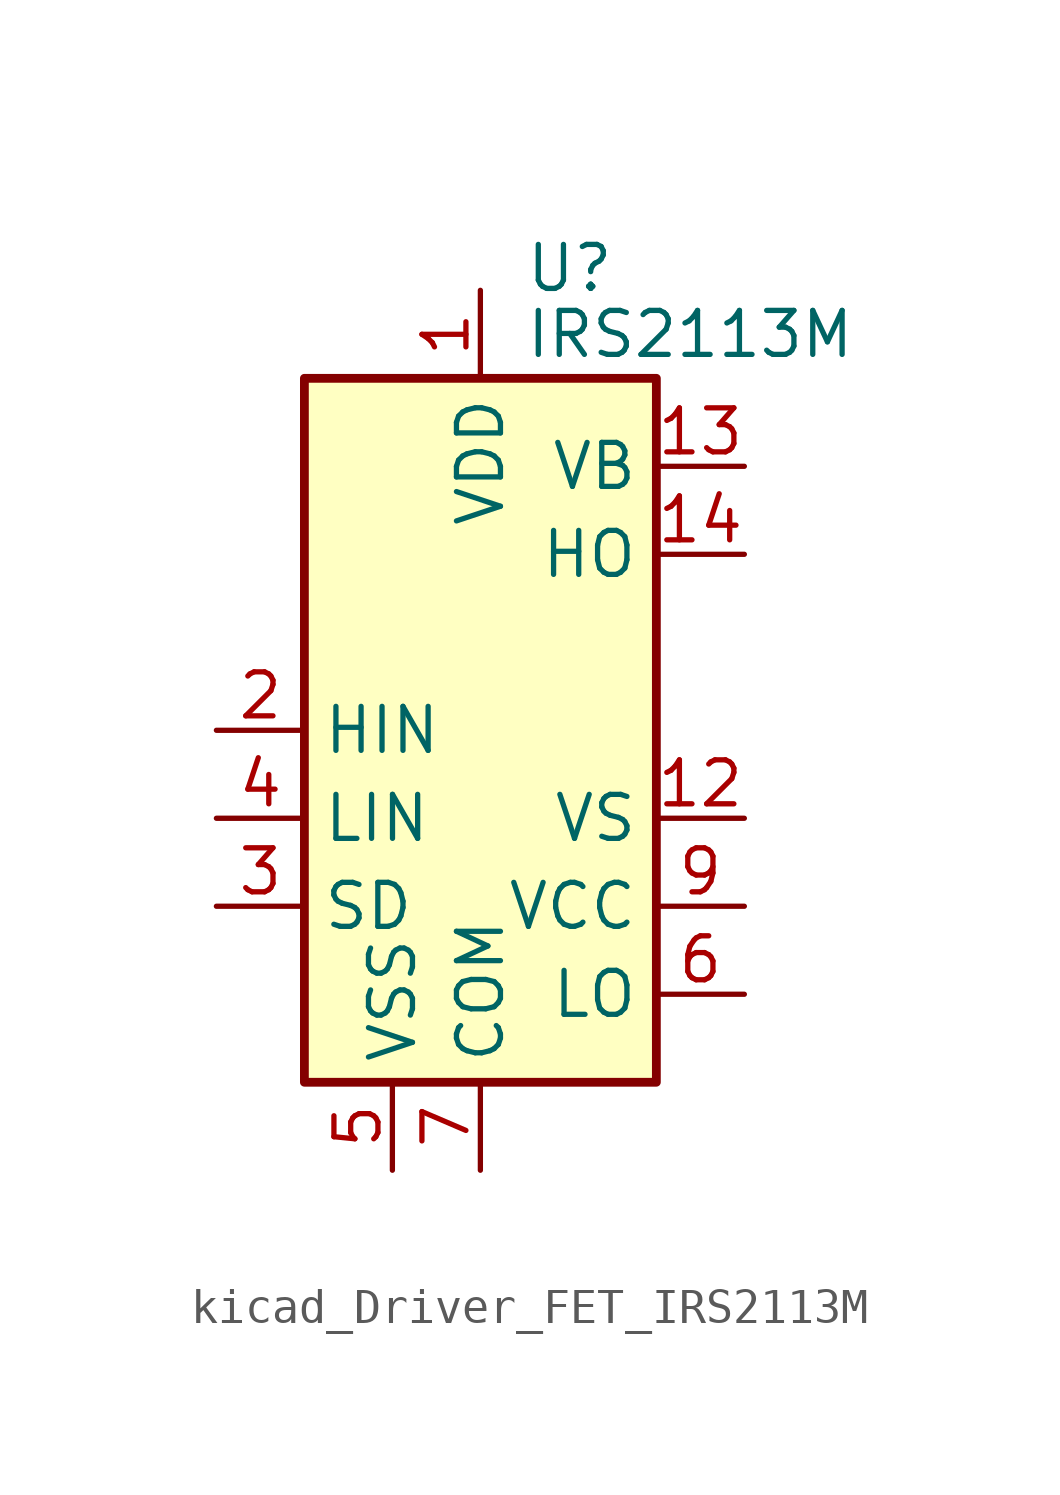
<source format=kicad_sym>
(kicad_symbol_lib
  (version 20220914)
  (generator kicad_symbol_editor)
  (symbol "kicad_Driver_FET_IRS2113M"
    (property "Reference" "U"
      (at 1.27 13.335 0)
      (effects (font (size 1.27 1.27)) (justify left)))
    (property "Value" "IRS2113M"
      (at 1.27 11.43 0)
      (effects (font (size 1.27 1.27)) (justify left)))
    (symbol "kicad_Driver_FET_IRS2113M_0_1"
      (rectangle (start -5.08 -10.16) (end 5.08 10.16) (stroke (width 0.254) (type default)) (fill (type background))))
    (symbol "kicad_Driver_FET_IRS2113M_1_1"
      (pin power_in line (at 0 12.7 270) (length 2.54) (name "VDD" (effects (font (size 1.27 1.27)))) (number "1" (effects (font (size 1.27 1.27)))))
      (pin no_connect line (at -5.08 5.08 0) (length 2.54) hide (name "NC" (effects (font (size 1.27 1.27)))) (number "11" (effects (font (size 1.27 1.27)))))
      (pin passive line (at 7.62 -2.54 180) (length 2.54) (name "VS" (effects (font (size 1.27 1.27)))) (number "12" (effects (font (size 1.27 1.27)))))
      (pin passive line (at 7.62 7.62 180) (length 2.54) (name "VB" (effects (font (size 1.27 1.27)))) (number "13" (effects (font (size 1.27 1.27)))))
      (pin output line (at 7.62 5.08 180) (length 2.54) (name "HO" (effects (font (size 1.27 1.27)))) (number "14" (effects (font (size 1.27 1.27)))))
      (pin no_connect line (at -5.08 2.54 0) (length 2.54) hide (name "NC" (effects (font (size 1.27 1.27)))) (number "16" (effects (font (size 1.27 1.27)))))
      (pin passive line (at 0 -12.7 90) (length 2.54) hide (name "COM" (effects (font (size 1.27 1.27)))) (number "17" (effects (font (size 1.27 1.27)))))
      (pin input line (at -7.62 0 0) (length 2.54) (name "HIN" (effects (font (size 1.27 1.27)))) (number "2" (effects (font (size 1.27 1.27)))))
      (pin input line (at -7.62 -5.08 0) (length 2.54) (name "SD" (effects (font (size 1.27 1.27)))) (number "3" (effects (font (size 1.27 1.27)))))
      (pin input line (at -7.62 -2.54 0) (length 2.54) (name "LIN" (effects (font (size 1.27 1.27)))) (number "4" (effects (font (size 1.27 1.27)))))
      (pin power_in line (at -2.54 -12.7 90) (length 2.54) (name "VSS" (effects (font (size 1.27 1.27)))) (number "5" (effects (font (size 1.27 1.27)))))
      (pin output line (at 7.62 -7.62 180) (length 2.54) (name "LO" (effects (font (size 1.27 1.27)))) (number "6" (effects (font (size 1.27 1.27)))))
      (pin power_in line (at 0 -12.7 90) (length 2.54) (name "COM" (effects (font (size 1.27 1.27)))) (number "7" (effects (font (size 1.27 1.27)))))
      (pin no_connect line (at -5.08 7.62 0) (length 2.54) hide (name "NC" (effects (font (size 1.27 1.27)))) (number "8" (effects (font (size 1.27 1.27)))))
      (pin power_in line (at 7.62 -5.08 180) (length 2.54) (name "VCC" (effects (font (size 1.27 1.27)))) (number "9" (effects (font (size 1.27 1.27))))))))
</source>
